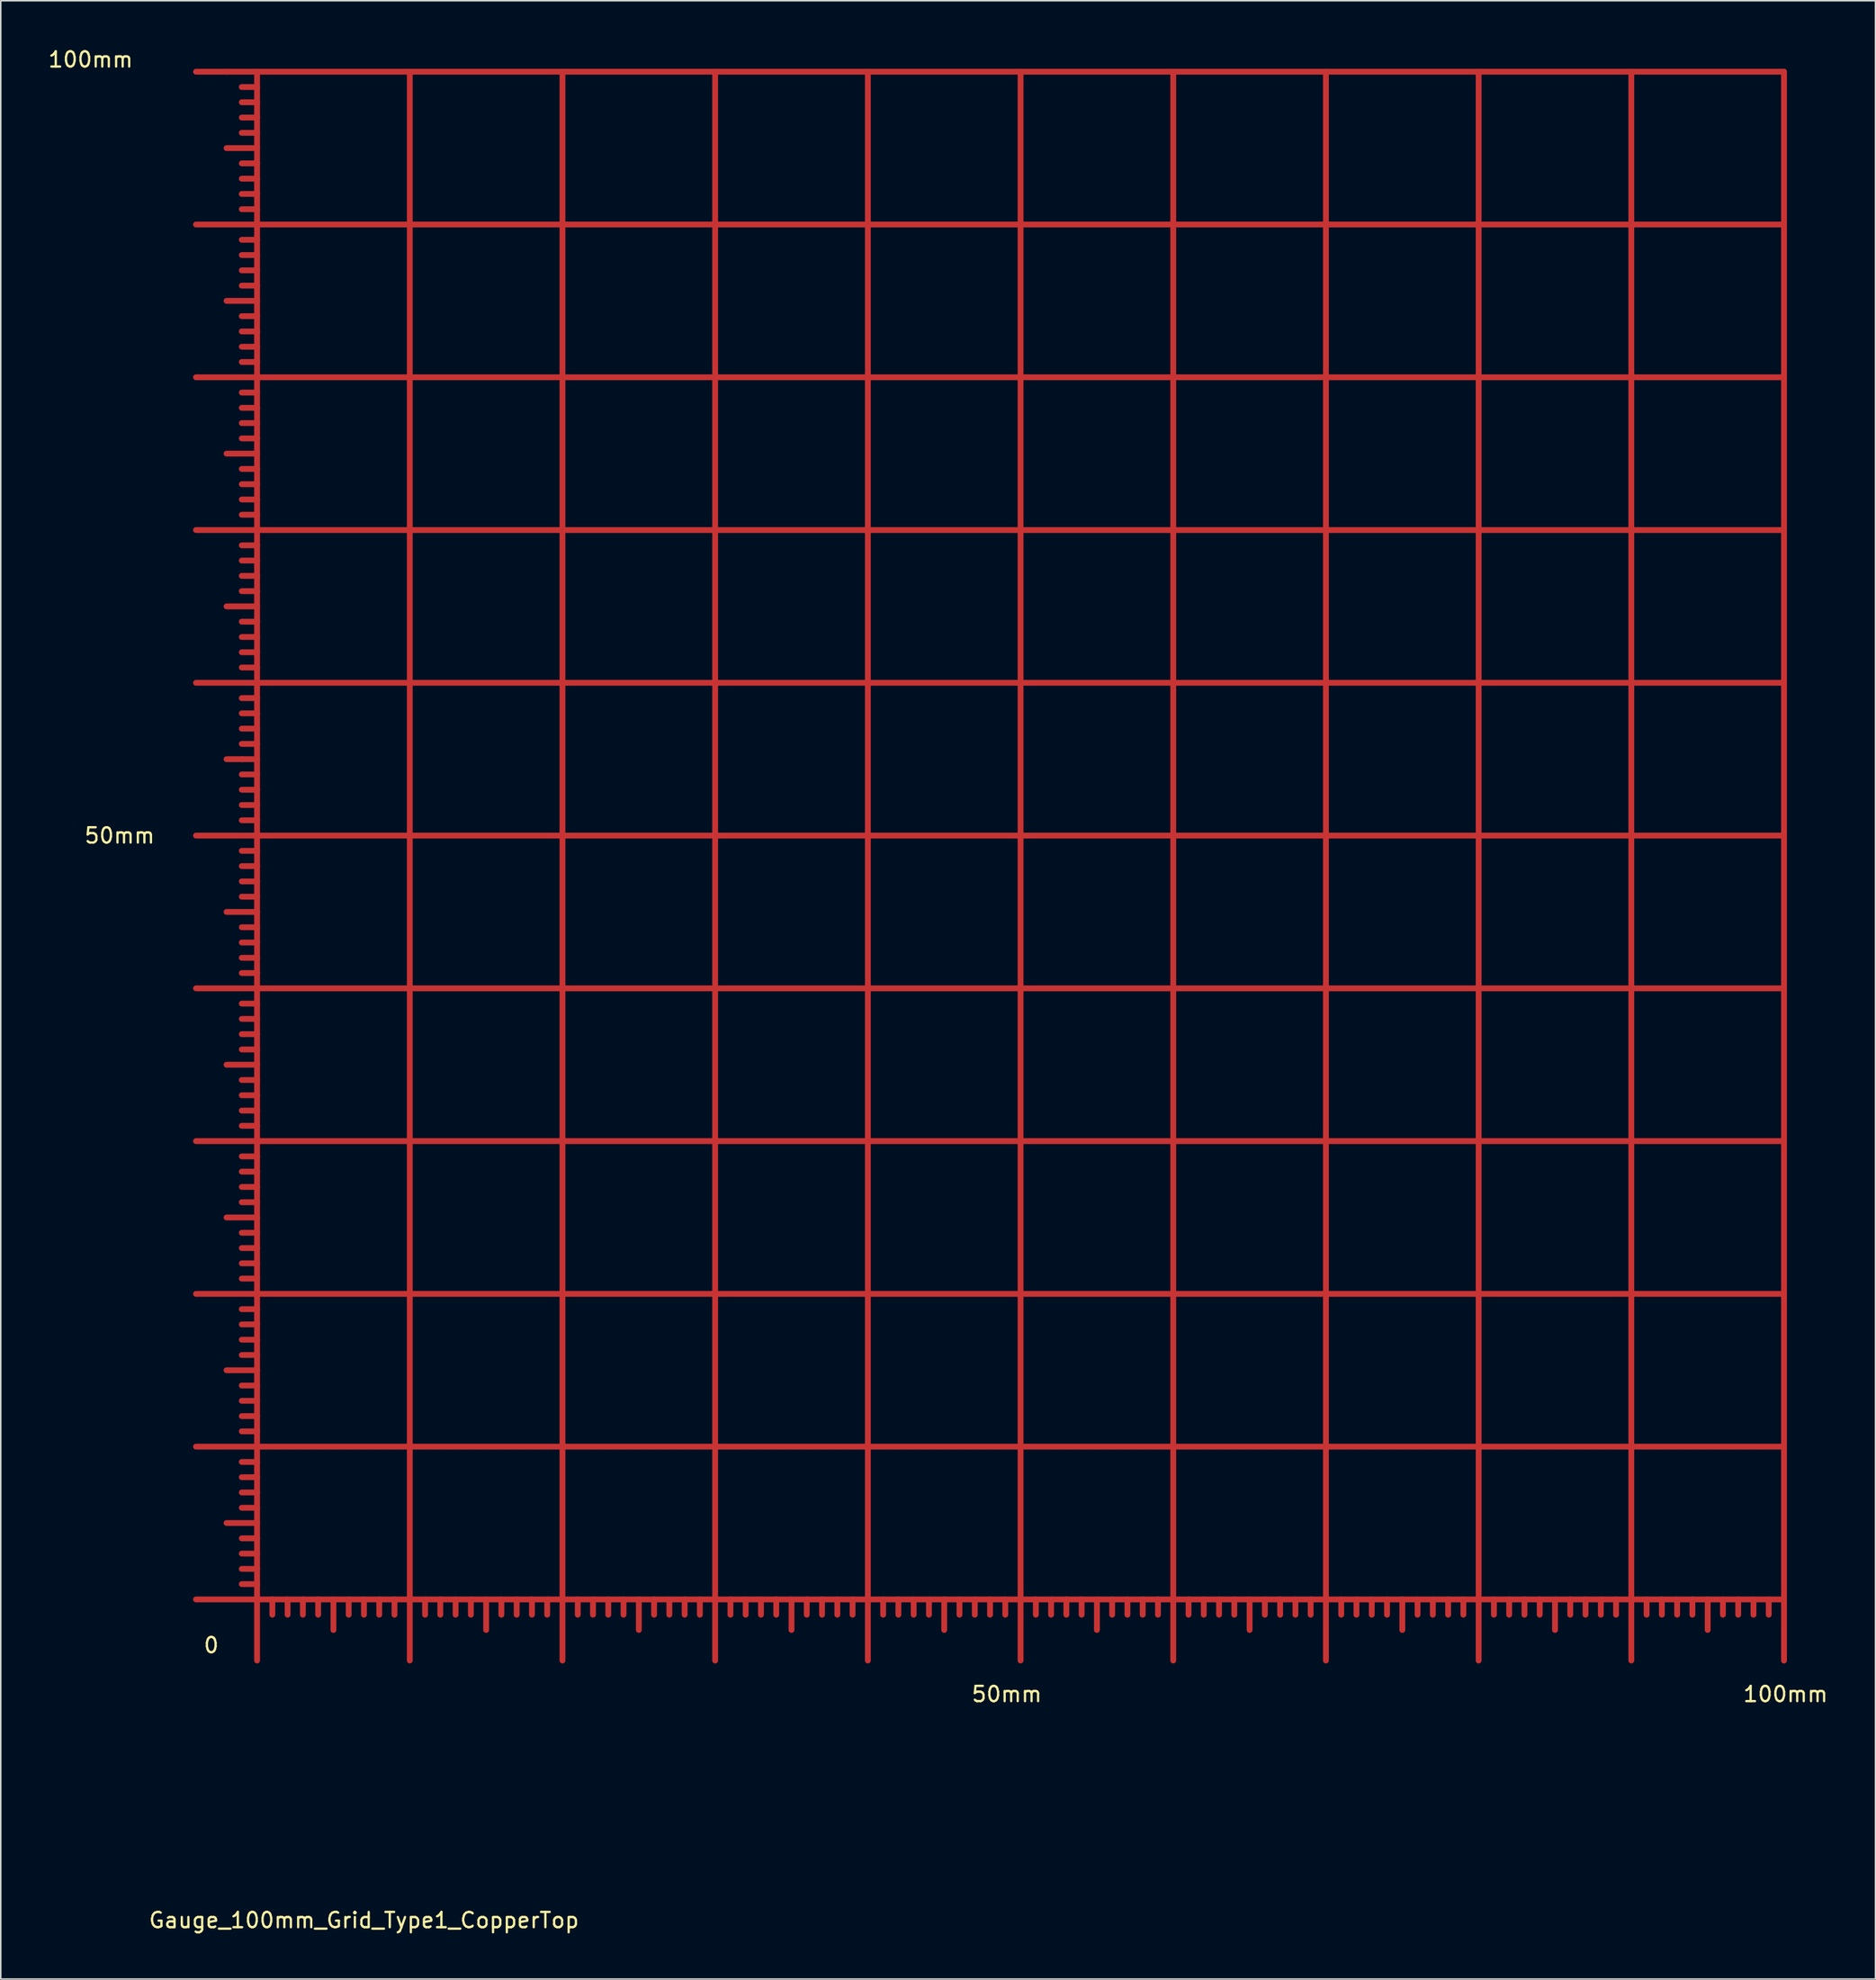
<source format=kicad_pcb>
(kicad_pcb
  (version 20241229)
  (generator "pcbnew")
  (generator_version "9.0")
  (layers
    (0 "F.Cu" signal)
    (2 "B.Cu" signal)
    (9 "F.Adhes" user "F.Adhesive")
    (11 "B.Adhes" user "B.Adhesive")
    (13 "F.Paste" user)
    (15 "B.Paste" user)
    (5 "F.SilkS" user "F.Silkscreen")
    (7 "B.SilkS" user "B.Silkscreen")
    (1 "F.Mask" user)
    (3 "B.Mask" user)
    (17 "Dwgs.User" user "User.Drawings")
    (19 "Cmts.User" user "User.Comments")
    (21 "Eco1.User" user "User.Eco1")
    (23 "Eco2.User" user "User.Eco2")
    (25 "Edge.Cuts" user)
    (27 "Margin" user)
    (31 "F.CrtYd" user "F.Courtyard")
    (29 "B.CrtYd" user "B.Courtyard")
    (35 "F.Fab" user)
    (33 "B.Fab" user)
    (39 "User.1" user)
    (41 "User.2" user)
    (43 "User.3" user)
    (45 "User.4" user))
  (footprint "Gauge_100mm_Grid_Type1_CopperTop"
    (layer "F.Cu")
    (at 13.786 101.646)
    (property "Reference" "Gauge_100mm_Grid_Type1_CopperTop" (at 7 21.001 0) (layer "F.SilkS") (effects (font (size 1 1) (thickness 0.15))))
    (attr through_hole)
    (fp_line (start -1.999 -100) (end -4 -100) (stroke (width 0.381) (type solid)) (layer "F.Cu"))
    (fp_line (start -1.001 -55.001) (end -1.999 -55.001) (stroke (width 0.381) (type solid)) (layer "F.Cu"))
    (fp_line (start 0 -100) (end -1.999 -100) (stroke (width 0.381) (type solid)) (layer "F.Cu"))
    (fp_line (start 0 -100) (end 100 -100) (stroke (width 0.381) (type solid)) (layer "F.Cu"))
    (fp_line (start 0 -98.999) (end -1.001 -98.999) (stroke (width 0.381) (type solid)) (layer "F.Cu"))
    (fp_line (start 0 -98.001) (end -1.001 -98.001) (stroke (width 0.381) (type solid)) (layer "F.Cu"))
    (fp_line (start 0 -97) (end -1.001 -97) (stroke (width 0.381) (type solid)) (layer "F.Cu"))
    (fp_line (start 0 -95.999) (end -1.001 -95.999) (stroke (width 0.381) (type solid)) (layer "F.Cu"))
    (fp_line (start 0 -95.001) (end -1.999 -95.001) (stroke (width 0.381) (type solid)) (layer "F.Cu"))
    (fp_line (start 0 -94) (end -1.001 -94) (stroke (width 0.381) (type solid)) (layer "F.Cu"))
    (fp_line (start 0 -93) (end -1.001 -93) (stroke (width 0.381) (type solid)) (layer "F.Cu"))
    (fp_line (start 0 -91.999) (end -1.001 -91.999) (stroke (width 0.381) (type solid)) (layer "F.Cu"))
    (fp_line (start 0 -91.001) (end -1.001 -91.001) (stroke (width 0.381) (type solid)) (layer "F.Cu"))
    (fp_line (start 0 -90) (end -4 -90) (stroke (width 0.381) (type solid)) (layer "F.Cu"))
    (fp_line (start 0 -90) (end 100 -90) (stroke (width 0.381) (type solid)) (layer "F.Cu"))
    (fp_line (start 0 -88.999) (end -1.001 -88.999) (stroke (width 0.381) (type solid)) (layer "F.Cu"))
    (fp_line (start 0 -88.001) (end -1.001 -88.001) (stroke (width 0.381) (type solid)) (layer "F.Cu"))
    (fp_line (start 0 -87) (end -1.001 -87) (stroke (width 0.381) (type solid)) (layer "F.Cu"))
    (fp_line (start 0 -85.999) (end -1.001 -85.999) (stroke (width 0.381) (type solid)) (layer "F.Cu"))
    (fp_line (start 0 -85.001) (end -1.999 -85.001) (stroke (width 0.381) (type solid)) (layer "F.Cu"))
    (fp_line (start 0 -84) (end -1.001 -84) (stroke (width 0.381) (type solid)) (layer "F.Cu"))
    (fp_line (start 0 -83) (end -1.001 -83) (stroke (width 0.381) (type solid)) (layer "F.Cu"))
    (fp_line (start 0 -81.999) (end -1.001 -81.999) (stroke (width 0.381) (type solid)) (layer "F.Cu"))
    (fp_line (start 0 -81.001) (end -1.001 -81.001) (stroke (width 0.381) (type solid)) (layer "F.Cu"))
    (fp_line (start 0 -80) (end -4 -80) (stroke (width 0.381) (type solid)) (layer "F.Cu"))
    (fp_line (start 0 -80) (end 100 -80) (stroke (width 0.381) (type solid)) (layer "F.Cu"))
    (fp_line (start 0 -78.999) (end -1.001 -78.999) (stroke (width 0.381) (type solid)) (layer "F.Cu"))
    (fp_line (start 0 -78.001) (end -1.001 -78.001) (stroke (width 0.381) (type solid)) (layer "F.Cu"))
    (fp_line (start 0 -77) (end -1.001 -77) (stroke (width 0.381) (type solid)) (layer "F.Cu"))
    (fp_line (start 0 -75.999) (end -1.001 -75.999) (stroke (width 0.381) (type solid)) (layer "F.Cu"))
    (fp_line (start 0 -75.001) (end -1.999 -75.001) (stroke (width 0.381) (type solid)) (layer "F.Cu"))
    (fp_line (start 0 -74) (end -1.001 -74) (stroke (width 0.381) (type solid)) (layer "F.Cu"))
    (fp_line (start 0 -73) (end -1.001 -73) (stroke (width 0.381) (type solid)) (layer "F.Cu"))
    (fp_line (start 0 -71.999) (end -1.001 -71.999) (stroke (width 0.381) (type solid)) (layer "F.Cu"))
    (fp_line (start 0 -71.001) (end -1.001 -71.001) (stroke (width 0.381) (type solid)) (layer "F.Cu"))
    (fp_line (start 0 -70) (end -4 -70) (stroke (width 0.381) (type solid)) (layer "F.Cu"))
    (fp_line (start 0 -70) (end 100 -70) (stroke (width 0.381) (type solid)) (layer "F.Cu"))
    (fp_line (start 0 -68.999) (end -1.001 -68.999) (stroke (width 0.381) (type solid)) (layer "F.Cu"))
    (fp_line (start 0 -68.001) (end -1.001 -68.001) (stroke (width 0.381) (type solid)) (layer "F.Cu"))
    (fp_line (start 0 -67) (end -1.001 -67) (stroke (width 0.381) (type solid)) (layer "F.Cu"))
    (fp_line (start 0 -65.999) (end -1.001 -65.999) (stroke (width 0.381) (type solid)) (layer "F.Cu"))
    (fp_line (start 0 -65.001) (end -1.999 -65.001) (stroke (width 0.381) (type solid)) (layer "F.Cu"))
    (fp_line (start 0 -64) (end -1.001 -64) (stroke (width 0.381) (type solid)) (layer "F.Cu"))
    (fp_line (start 0 -63) (end -1.001 -63) (stroke (width 0.381) (type solid)) (layer "F.Cu"))
    (fp_line (start 0 -61.999) (end -1.001 -61.999) (stroke (width 0.381) (type solid)) (layer "F.Cu"))
    (fp_line (start 0 -61.001) (end -1.001 -61.001) (stroke (width 0.381) (type solid)) (layer "F.Cu"))
    (fp_line (start 0 -60) (end -4 -60) (stroke (width 0.381) (type solid)) (layer "F.Cu"))
    (fp_line (start 0 -60) (end 100 -60) (stroke (width 0.381) (type solid)) (layer "F.Cu"))
    (fp_line (start 0 -58.999) (end -1.001 -58.999) (stroke (width 0.381) (type solid)) (layer "F.Cu"))
    (fp_line (start 0 -58.001) (end -1.001 -58.001) (stroke (width 0.381) (type solid)) (layer "F.Cu"))
    (fp_line (start 0 -57) (end -1.001 -57) (stroke (width 0.381) (type solid)) (layer "F.Cu"))
    (fp_line (start 0 -55.999) (end -1.001 -55.999) (stroke (width 0.381) (type solid)) (layer "F.Cu"))
    (fp_line (start 0 -55.001) (end -1.001 -55.001) (stroke (width 0.381) (type solid)) (layer "F.Cu"))
    (fp_line (start 0 -54) (end -1.001 -54) (stroke (width 0.381) (type solid)) (layer "F.Cu"))
    (fp_line (start 0 -53) (end -1.001 -53) (stroke (width 0.381) (type solid)) (layer "F.Cu"))
    (fp_line (start 0 -51.999) (end -1.001 -51.999) (stroke (width 0.381) (type solid)) (layer "F.Cu"))
    (fp_line (start 0 -51.001) (end -1.001 -51.001) (stroke (width 0.381) (type solid)) (layer "F.Cu"))
    (fp_line (start 0 -50) (end -4 -50) (stroke (width 0.381) (type solid)) (layer "F.Cu"))
    (fp_line (start 0 -50) (end 100 -50) (stroke (width 0.381) (type solid)) (layer "F.Cu"))
    (fp_line (start 0 -48.999) (end -1.001 -48.999) (stroke (width 0.381) (type solid)) (layer "F.Cu"))
    (fp_line (start 0 -48.001) (end -1.001 -48.001) (stroke (width 0.381) (type solid)) (layer "F.Cu"))
    (fp_line (start 0 -47) (end -1.001 -47) (stroke (width 0.381) (type solid)) (layer "F.Cu"))
    (fp_line (start 0 -45.999) (end -1.001 -45.999) (stroke (width 0.381) (type solid)) (layer "F.Cu"))
    (fp_line (start 0 -45.001) (end -1.999 -45.001) (stroke (width 0.381) (type solid)) (layer "F.Cu"))
    (fp_line (start 0 -44) (end -1.001 -44) (stroke (width 0.381) (type solid)) (layer "F.Cu"))
    (fp_line (start 0 -43) (end -1.001 -43) (stroke (width 0.381) (type solid)) (layer "F.Cu"))
    (fp_line (start 0 -41.999) (end -1.001 -41.999) (stroke (width 0.381) (type solid)) (layer "F.Cu"))
    (fp_line (start 0 -41.001) (end -1.001 -41.001) (stroke (width 0.381) (type solid)) (layer "F.Cu"))
    (fp_line (start 0 -40) (end -4 -40) (stroke (width 0.381) (type solid)) (layer "F.Cu"))
    (fp_line (start 0 -40) (end 100 -40) (stroke (width 0.381) (type solid)) (layer "F.Cu"))
    (fp_line (start 0 -38.999) (end -1.001 -38.999) (stroke (width 0.381) (type solid)) (layer "F.Cu"))
    (fp_line (start 0 -38.001) (end -1.001 -38.001) (stroke (width 0.381) (type solid)) (layer "F.Cu"))
    (fp_line (start 0 -37) (end -1.001 -37) (stroke (width 0.381) (type solid)) (layer "F.Cu"))
    (fp_line (start 0 -35.999) (end -1.001 -35.999) (stroke (width 0.381) (type solid)) (layer "F.Cu"))
    (fp_line (start 0 -35.001) (end -1.999 -35.001) (stroke (width 0.381) (type solid)) (layer "F.Cu"))
    (fp_line (start 0 -34) (end -1.001 -34) (stroke (width 0.381) (type solid)) (layer "F.Cu"))
    (fp_line (start 0 -33) (end -1.001 -33) (stroke (width 0.381) (type solid)) (layer "F.Cu"))
    (fp_line (start 0 -31.999) (end -1.001 -31.999) (stroke (width 0.381) (type solid)) (layer "F.Cu"))
    (fp_line (start 0 -31.001) (end -1.001 -31.001) (stroke (width 0.381) (type solid)) (layer "F.Cu"))
    (fp_line (start 0 -30) (end -4 -30) (stroke (width 0.381) (type solid)) (layer "F.Cu"))
    (fp_line (start 0 -30) (end 100 -30) (stroke (width 0.381) (type solid)) (layer "F.Cu"))
    (fp_line (start 0 -28.999) (end -1.001 -28.999) (stroke (width 0.381) (type solid)) (layer "F.Cu"))
    (fp_line (start 0 -28.001) (end -1.001 -28.001) (stroke (width 0.381) (type solid)) (layer "F.Cu"))
    (fp_line (start 0 -27) (end -1.001 -27) (stroke (width 0.381) (type solid)) (layer "F.Cu"))
    (fp_line (start 0 -25.999) (end -1.001 -25.999) (stroke (width 0.381) (type solid)) (layer "F.Cu"))
    (fp_line (start 0 -25.001) (end -1.999 -25.001) (stroke (width 0.381) (type solid)) (layer "F.Cu"))
    (fp_line (start 0 -24) (end -1.001 -24) (stroke (width 0.381) (type solid)) (layer "F.Cu"))
    (fp_line (start 0 -23) (end -1.001 -23) (stroke (width 0.381) (type solid)) (layer "F.Cu"))
    (fp_line (start 0 -21.999) (end -1.001 -21.999) (stroke (width 0.381) (type solid)) (layer "F.Cu"))
    (fp_line (start 0 -21.001) (end -1.001 -21.001) (stroke (width 0.381) (type solid)) (layer "F.Cu"))
    (fp_line (start 0 -20) (end -4 -20) (stroke (width 0.381) (type solid)) (layer "F.Cu"))
    (fp_line (start 0 -20) (end 100 -20) (stroke (width 0.381) (type solid)) (layer "F.Cu"))
    (fp_line (start 0 -18.999) (end -1.001 -18.999) (stroke (width 0.381) (type solid)) (layer "F.Cu"))
    (fp_line (start 0 -18.001) (end -1.001 -18.001) (stroke (width 0.381) (type solid)) (layer "F.Cu"))
    (fp_line (start 0 -17) (end -1.001 -17) (stroke (width 0.381) (type solid)) (layer "F.Cu"))
    (fp_line (start 0 -15.999) (end -1.001 -15.999) (stroke (width 0.381) (type solid)) (layer "F.Cu"))
    (fp_line (start 0 -15.001) (end -1.999 -15.001) (stroke (width 0.381) (type solid)) (layer "F.Cu"))
    (fp_line (start 0 -14) (end -1.001 -14) (stroke (width 0.381) (type solid)) (layer "F.Cu"))
    (fp_line (start 0 -13) (end -1.001 -13) (stroke (width 0.381) (type solid)) (layer "F.Cu"))
    (fp_line (start 0 -11.999) (end -1.001 -11.999) (stroke (width 0.381) (type solid)) (layer "F.Cu"))
    (fp_line (start 0 -11.001) (end -1.001 -11.001) (stroke (width 0.381) (type solid)) (layer "F.Cu"))
    (fp_line (start 0 -10) (end -4 -10) (stroke (width 0.381) (type solid)) (layer "F.Cu"))
    (fp_line (start 0 -10) (end 100 -10) (stroke (width 0.381) (type solid)) (layer "F.Cu"))
    (fp_line (start 0 -8.999) (end -1.001 -8.999) (stroke (width 0.381) (type solid)) (layer "F.Cu"))
    (fp_line (start 0 -8.001) (end -1.001 -8.001) (stroke (width 0.381) (type solid)) (layer "F.Cu"))
    (fp_line (start 0 -7) (end -1.001 -7) (stroke (width 0.381) (type solid)) (layer "F.Cu"))
    (fp_line (start 0 -5.999) (end -1.001 -5.999) (stroke (width 0.381) (type solid)) (layer "F.Cu"))
    (fp_line (start 0 -5.001) (end -1.999 -5.001) (stroke (width 0.381) (type solid)) (layer "F.Cu"))
    (fp_line (start 0 -4) (end -1.001 -4) (stroke (width 0.381) (type solid)) (layer "F.Cu"))
    (fp_line (start 0 -3) (end -1.001 -3) (stroke (width 0.381) (type solid)) (layer "F.Cu"))
    (fp_line (start 0 -1.999) (end -1.001 -1.999) (stroke (width 0.381) (type solid)) (layer "F.Cu"))
    (fp_line (start 0 -1.001) (end -1.001 -1.001) (stroke (width 0.381) (type solid)) (layer "F.Cu"))
    (fp_line (start 0 0) (end -4 0) (stroke (width 0.381) (type solid)) (layer "F.Cu"))
    (fp_line (start 0 0) (end 0 -100) (stroke (width 0.381) (type solid)) (layer "F.Cu"))
    (fp_line (start 0 0) (end 0 4) (stroke (width 0.381) (type solid)) (layer "F.Cu"))
    (fp_line (start 0 0) (end 100 0) (stroke (width 0.381) (type solid)) (layer "F.Cu"))
    (fp_line (start 1.001 0) (end 1.001 1.001) (stroke (width 0.381) (type solid)) (layer "F.Cu"))
    (fp_line (start 1.999 0) (end 1.999 1.001) (stroke (width 0.381) (type solid)) (layer "F.Cu"))
    (fp_line (start 3 0) (end 3 1.001) (stroke (width 0.381) (type solid)) (layer "F.Cu"))
    (fp_line (start 4 0) (end 4 1.001) (stroke (width 0.381) (type solid)) (layer "F.Cu"))
    (fp_line (start 5.001 0) (end 5.001 1.999) (stroke (width 0.381) (type solid)) (layer "F.Cu"))
    (fp_line (start 5.999 0) (end 5.999 1.001) (stroke (width 0.381) (type solid)) (layer "F.Cu"))
    (fp_line (start 7 0) (end 7 1.001) (stroke (width 0.381) (type solid)) (layer "F.Cu"))
    (fp_line (start 8.001 0) (end 8.001 1.001) (stroke (width 0.381) (type solid)) (layer "F.Cu"))
    (fp_line (start 8.999 0) (end 8.999 1.001) (stroke (width 0.381) (type solid)) (layer "F.Cu"))
    (fp_line (start 10 0) (end 10 -100) (stroke (width 0.381) (type solid)) (layer "F.Cu"))
    (fp_line (start 10 0) (end 10 4) (stroke (width 0.381) (type solid)) (layer "F.Cu"))
    (fp_line (start 11.001 0) (end 11.001 1.001) (stroke (width 0.381) (type solid)) (layer "F.Cu"))
    (fp_line (start 11.999 0) (end 11.999 1.001) (stroke (width 0.381) (type solid)) (layer "F.Cu"))
    (fp_line (start 13 0) (end 13 1.001) (stroke (width 0.381) (type solid)) (layer "F.Cu"))
    (fp_line (start 14 0) (end 14 1.001) (stroke (width 0.381) (type solid)) (layer "F.Cu"))
    (fp_line (start 15.001 0) (end 15.001 1.999) (stroke (width 0.381) (type solid)) (layer "F.Cu"))
    (fp_line (start 15.999 0) (end 15.999 1.001) (stroke (width 0.381) (type solid)) (layer "F.Cu"))
    (fp_line (start 17 0) (end 17 1.001) (stroke (width 0.381) (type solid)) (layer "F.Cu"))
    (fp_line (start 18.001 0) (end 18.001 1.001) (stroke (width 0.381) (type solid)) (layer "F.Cu"))
    (fp_line (start 18.999 0) (end 18.999 1.001) (stroke (width 0.381) (type solid)) (layer "F.Cu"))
    (fp_line (start 20 0) (end 20 -100) (stroke (width 0.381) (type solid)) (layer "F.Cu"))
    (fp_line (start 20 0) (end 20 4) (stroke (width 0.381) (type solid)) (layer "F.Cu"))
    (fp_line (start 21.001 0) (end 21.001 1.001) (stroke (width 0.381) (type solid)) (layer "F.Cu"))
    (fp_line (start 21.999 0) (end 21.999 1.001) (stroke (width 0.381) (type solid)) (layer "F.Cu"))
    (fp_line (start 23 0) (end 23 1.001) (stroke (width 0.381) (type solid)) (layer "F.Cu"))
    (fp_line (start 24 0) (end 24 1.001) (stroke (width 0.381) (type solid)) (layer "F.Cu"))
    (fp_line (start 25.001 0) (end 25.001 1.999) (stroke (width 0.381) (type solid)) (layer "F.Cu"))
    (fp_line (start 25.999 0) (end 25.999 1.001) (stroke (width 0.381) (type solid)) (layer "F.Cu"))
    (fp_line (start 27 0) (end 27 1.001) (stroke (width 0.381) (type solid)) (layer "F.Cu"))
    (fp_line (start 28.001 0) (end 28.001 1.001) (stroke (width 0.381) (type solid)) (layer "F.Cu"))
    (fp_line (start 28.999 0) (end 28.999 1.001) (stroke (width 0.381) (type solid)) (layer "F.Cu"))
    (fp_line (start 30 0) (end 30 -100) (stroke (width 0.381) (type solid)) (layer "F.Cu"))
    (fp_line (start 30 0) (end 30 4) (stroke (width 0.381) (type solid)) (layer "F.Cu"))
    (fp_line (start 31.001 0) (end 31.001 1.001) (stroke (width 0.381) (type solid)) (layer "F.Cu"))
    (fp_line (start 31.999 0) (end 31.999 1.001) (stroke (width 0.381) (type solid)) (layer "F.Cu"))
    (fp_line (start 33 0) (end 33 1.001) (stroke (width 0.381) (type solid)) (layer "F.Cu"))
    (fp_line (start 34 0) (end 34 1.001) (stroke (width 0.381) (type solid)) (layer "F.Cu"))
    (fp_line (start 35.001 0) (end 35.001 1.999) (stroke (width 0.381) (type solid)) (layer "F.Cu"))
    (fp_line (start 35.999 0) (end 35.999 1.001) (stroke (width 0.381) (type solid)) (layer "F.Cu"))
    (fp_line (start 37 0) (end 37 1.001) (stroke (width 0.381) (type solid)) (layer "F.Cu"))
    (fp_line (start 38.001 0) (end 38.001 1.001) (stroke (width 0.381) (type solid)) (layer "F.Cu"))
    (fp_line (start 38.999 0) (end 38.999 1.001) (stroke (width 0.381) (type solid)) (layer "F.Cu"))
    (fp_line (start 40 0) (end 40 -100) (stroke (width 0.381) (type solid)) (layer "F.Cu"))
    (fp_line (start 40 0) (end 40 4) (stroke (width 0.381) (type solid)) (layer "F.Cu"))
    (fp_line (start 41.001 0) (end 41.001 1.001) (stroke (width 0.381) (type solid)) (layer "F.Cu"))
    (fp_line (start 41.999 0) (end 41.999 1.001) (stroke (width 0.381) (type solid)) (layer "F.Cu"))
    (fp_line (start 43 0) (end 43 1.001) (stroke (width 0.381) (type solid)) (layer "F.Cu"))
    (fp_line (start 44 0) (end 44 1.001) (stroke (width 0.381) (type solid)) (layer "F.Cu"))
    (fp_line (start 45.001 0) (end 45.001 1.999) (stroke (width 0.381) (type solid)) (layer "F.Cu"))
    (fp_line (start 45.999 0) (end 45.999 1.001) (stroke (width 0.381) (type solid)) (layer "F.Cu"))
    (fp_line (start 47 0) (end 47 1.001) (stroke (width 0.381) (type solid)) (layer "F.Cu"))
    (fp_line (start 48.001 0) (end 48.001 1.001) (stroke (width 0.381) (type solid)) (layer "F.Cu"))
    (fp_line (start 48.999 0) (end 48.999 1.001) (stroke (width 0.381) (type solid)) (layer "F.Cu"))
    (fp_line (start 50 0) (end 50 -100) (stroke (width 0.381) (type solid)) (layer "F.Cu"))
    (fp_line (start 50 0) (end 50 4) (stroke (width 0.381) (type solid)) (layer "F.Cu"))
    (fp_line (start 51.001 0) (end 51.001 1.001) (stroke (width 0.381) (type solid)) (layer "F.Cu"))
    (fp_line (start 51.999 0) (end 51.999 1.001) (stroke (width 0.381) (type solid)) (layer "F.Cu"))
    (fp_line (start 53 0) (end 53 1.001) (stroke (width 0.381) (type solid)) (layer "F.Cu"))
    (fp_line (start 54 0) (end 54 1.001) (stroke (width 0.381) (type solid)) (layer "F.Cu"))
    (fp_line (start 55.001 0) (end 55.001 1.999) (stroke (width 0.381) (type solid)) (layer "F.Cu"))
    (fp_line (start 55.999 0) (end 55.999 1.001) (stroke (width 0.381) (type solid)) (layer "F.Cu"))
    (fp_line (start 57 0) (end 57 1.001) (stroke (width 0.381) (type solid)) (layer "F.Cu"))
    (fp_line (start 58.001 0) (end 58.001 1.001) (stroke (width 0.381) (type solid)) (layer "F.Cu"))
    (fp_line (start 58.999 0) (end 58.999 1.001) (stroke (width 0.381) (type solid)) (layer "F.Cu"))
    (fp_line (start 60 -100) (end 60 0) (stroke (width 0.381) (type solid)) (layer "F.Cu"))
    (fp_line (start 60 0) (end 60 4) (stroke (width 0.381) (type solid)) (layer "F.Cu"))
    (fp_line (start 61.001 0) (end 61.001 1.001) (stroke (width 0.381) (type solid)) (layer "F.Cu"))
    (fp_line (start 61.999 0) (end 61.999 1.001) (stroke (width 0.381) (type solid)) (layer "F.Cu"))
    (fp_line (start 63 0) (end 63 1.001) (stroke (width 0.381) (type solid)) (layer "F.Cu"))
    (fp_line (start 64 0) (end 64 1.001) (stroke (width 0.381) (type solid)) (layer "F.Cu"))
    (fp_line (start 65.001 0) (end 65.001 1.999) (stroke (width 0.381) (type solid)) (layer "F.Cu"))
    (fp_line (start 65.999 0) (end 65.999 1.001) (stroke (width 0.381) (type solid)) (layer "F.Cu"))
    (fp_line (start 67 0) (end 67 1.001) (stroke (width 0.381) (type solid)) (layer "F.Cu"))
    (fp_line (start 68.001 0) (end 68.001 1.001) (stroke (width 0.381) (type solid)) (layer "F.Cu"))
    (fp_line (start 68.999 0) (end 68.999 1.001) (stroke (width 0.381) (type solid)) (layer "F.Cu"))
    (fp_line (start 70 0) (end 70 -100) (stroke (width 0.381) (type solid)) (layer "F.Cu"))
    (fp_line (start 70 0) (end 70 4) (stroke (width 0.381) (type solid)) (layer "F.Cu"))
    (fp_line (start 71.001 0) (end 71.001 1.001) (stroke (width 0.381) (type solid)) (layer "F.Cu"))
    (fp_line (start 71.999 0) (end 71.999 1.001) (stroke (width 0.381) (type solid)) (layer "F.Cu"))
    (fp_line (start 73 0) (end 73 1.001) (stroke (width 0.381) (type solid)) (layer "F.Cu"))
    (fp_line (start 74 0) (end 74 1.001) (stroke (width 0.381) (type solid)) (layer "F.Cu"))
    (fp_line (start 75.001 0) (end 75.001 1.999) (stroke (width 0.381) (type solid)) (layer "F.Cu"))
    (fp_line (start 75.999 0) (end 75.999 1.001) (stroke (width 0.381) (type solid)) (layer "F.Cu"))
    (fp_line (start 77 0) (end 77 1.001) (stroke (width 0.381) (type solid)) (layer "F.Cu"))
    (fp_line (start 78.001 0) (end 78.001 1.001) (stroke (width 0.381) (type solid)) (layer "F.Cu"))
    (fp_line (start 78.999 0) (end 78.999 1.001) (stroke (width 0.381) (type solid)) (layer "F.Cu"))
    (fp_line (start 80 -100) (end 80 0) (stroke (width 0.381) (type solid)) (layer "F.Cu"))
    (fp_line (start 80 0) (end 80 4) (stroke (width 0.381) (type solid)) (layer "F.Cu"))
    (fp_line (start 81.001 0) (end 81.001 1.001) (stroke (width 0.381) (type solid)) (layer "F.Cu"))
    (fp_line (start 81.999 0) (end 81.999 1.001) (stroke (width 0.381) (type solid)) (layer "F.Cu"))
    (fp_line (start 83 0) (end 83 1.001) (stroke (width 0.381) (type solid)) (layer "F.Cu"))
    (fp_line (start 84 0) (end 84 1.001) (stroke (width 0.381) (type solid)) (layer "F.Cu"))
    (fp_line (start 85.001 0) (end 85.001 1.999) (stroke (width 0.381) (type solid)) (layer "F.Cu"))
    (fp_line (start 85.999 0) (end 85.999 1.001) (stroke (width 0.381) (type solid)) (layer "F.Cu"))
    (fp_line (start 87 0) (end 87 1.001) (stroke (width 0.381) (type solid)) (layer "F.Cu"))
    (fp_line (start 88.001 0) (end 88.001 1.001) (stroke (width 0.381) (type solid)) (layer "F.Cu"))
    (fp_line (start 88.999 0) (end 88.999 1.001) (stroke (width 0.381) (type solid)) (layer "F.Cu"))
    (fp_line (start 90 0) (end 90 -100) (stroke (width 0.381) (type solid)) (layer "F.Cu"))
    (fp_line (start 90 0) (end 90 4) (stroke (width 0.381) (type solid)) (layer "F.Cu"))
    (fp_line (start 91.001 0) (end 91.001 1.001) (stroke (width 0.381) (type solid)) (layer "F.Cu"))
    (fp_line (start 91.999 0) (end 91.999 1.001) (stroke (width 0.381) (type solid)) (layer "F.Cu"))
    (fp_line (start 93 0) (end 93 1.001) (stroke (width 0.381) (type solid)) (layer "F.Cu"))
    (fp_line (start 94 0) (end 94 1.001) (stroke (width 0.381) (type solid)) (layer "F.Cu"))
    (fp_line (start 95.001 0) (end 95.001 1.999) (stroke (width 0.381) (type solid)) (layer "F.Cu"))
    (fp_line (start 95.999 0) (end 95.999 1.001) (stroke (width 0.381) (type solid)) (layer "F.Cu"))
    (fp_line (start 97 0) (end 97 1.001) (stroke (width 0.381) (type solid)) (layer "F.Cu"))
    (fp_line (start 98.001 0) (end 98.001 1.001) (stroke (width 0.381) (type solid)) (layer "F.Cu"))
    (fp_line (start 98.999 0) (end 98.999 1.001) (stroke (width 0.381) (type solid)) (layer "F.Cu"))
    (fp_line (start 100 -100) (end 100 0) (stroke (width 0.381) (type solid)) (layer "F.Cu"))
    (fp_line (start 100 0) (end 100 4) (stroke (width 0.381) (type solid)) (layer "F.Cu"))
    (fp_text user "50mm" (at 49.101 6.203 0) (layer "F.SilkS") (effects (font (size 1 1) (thickness 0.15))))
    (fp_text user "50mm" (at -8.999 -50 0) (layer "F.SilkS") (effects (font (size 1 1) (thickness 0.15))))
    (fp_text user "0" (at -3 3 0) (layer "F.SilkS") (effects (font (size 1 1) (thickness 0.15))))
    (fp_text user "100mm" (at -10.899 -100.797 0) (layer "F.SilkS") (effects (font (size 1 1) (thickness 0.15))))
    (fp_text user "100mm" (at 100.101 6.203 0) (layer "F.SilkS") (effects (font (size 1 1) (thickness 0.15)))))
  (gr_rect
    (start -3 -3)
    (end 119.774 126.495)
    (stroke (width 0.1) (type default))
    (fill no)
    (layer "Edge.Cuts")))
</source>
